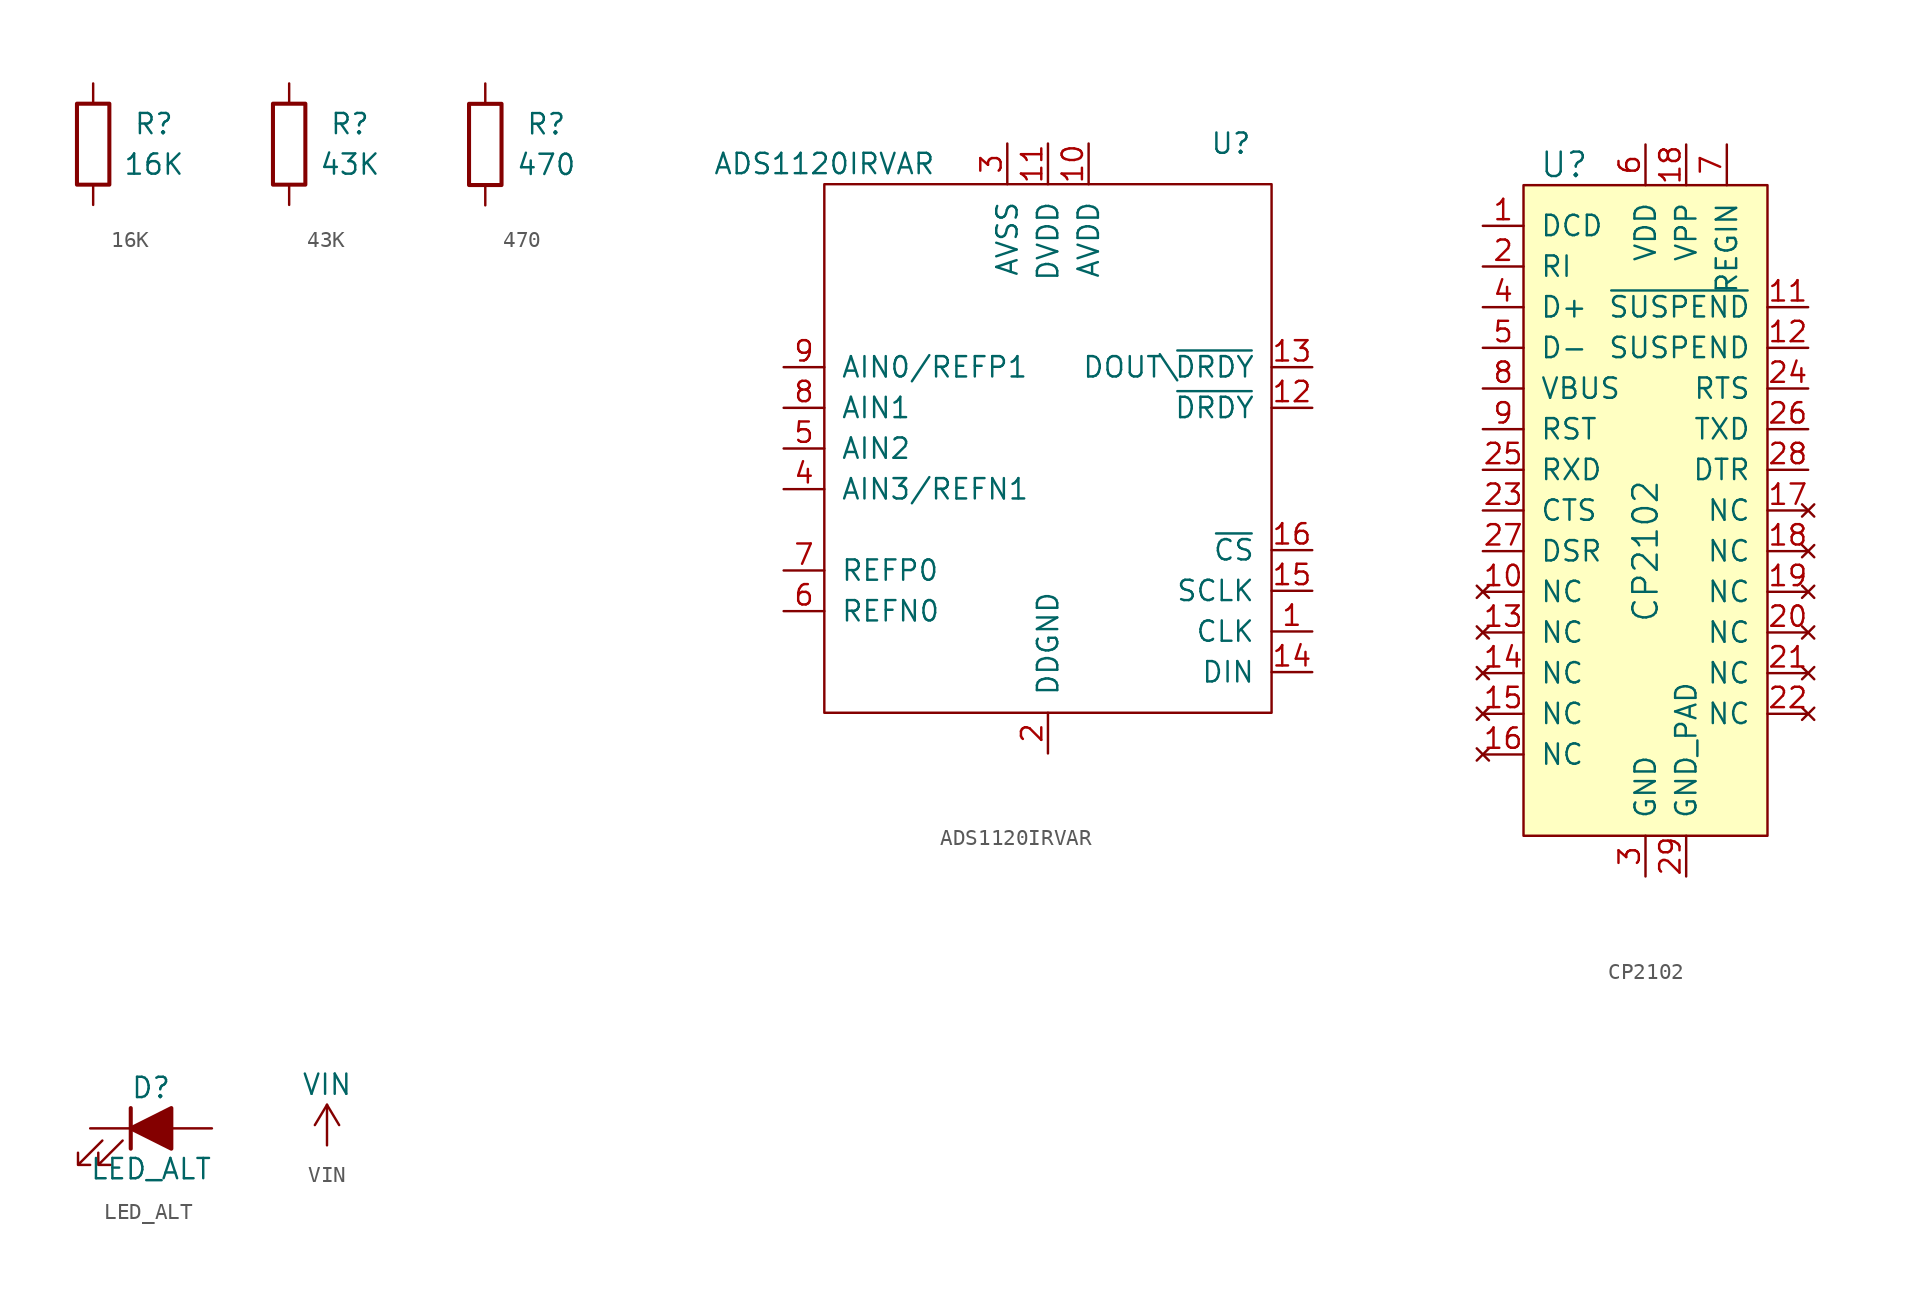
<source format=kicad_sym>
(kicad_symbol_lib
  (version 20220914)
  (generator kicad_symbol_editor)
  (symbol "16K"
    (pin_numbers hide)
    (pin_names
      (offset 0))
    (property "Reference" "R"
      (at 3.81 1.27 0)
      (effects (font (size 1.27 1.27))))
    (property "Value" "16K"
      (at 3.81 -1.27 0)
      (effects (font (size 1.27 1.27))))
    (symbol "16K_0_1"
      (rectangle (start -1.016 -2.54) (end 1.016 2.54) (stroke (width 0.254) (type solid)) (fill (type none))))
    (symbol "16K_1_1"
      (pin passive line (at 0 3.81 270) (length 1.27) (name "~" (effects (font (size 1.27 1.27)))) (number "1" (effects (font (size 1.27 1.27)))))
      (pin passive line (at 0 -3.81 90) (length 1.27) (name "~" (effects (font (size 1.27 1.27)))) (number "2" (effects (font (size 1.27 1.27)))))))
  (symbol "43K"
    (pin_numbers hide)
    (pin_names
      (offset 0))
    (property "Reference" "R"
      (at 3.81 1.27 0)
      (effects (font (size 1.27 1.27))))
    (property "Value" "43K"
      (at 3.81 -1.27 0)
      (effects (font (size 1.27 1.27))))
    (symbol "43K_0_1"
      (rectangle (start -1.016 -2.54) (end 1.016 2.54) (stroke (width 0.254) (type solid)) (fill (type none))))
    (symbol "43K_1_1"
      (pin passive line (at 0 3.81 270) (length 1.27) (name "~" (effects (font (size 1.27 1.27)))) (number "1" (effects (font (size 1.27 1.27)))))
      (pin passive line (at 0 -3.81 90) (length 1.27) (name "~" (effects (font (size 1.27 1.27)))) (number "2" (effects (font (size 1.27 1.27)))))))
  (symbol "470"
    (pin_numbers hide)
    (pin_names
      (offset 0))
    (property "Reference" "R"
      (at 3.81 1.27 0)
      (effects (font (size 1.27 1.27))))
    (property "Value" "470"
      (at 3.81 -1.27 0)
      (effects (font (size 1.27 1.27))))
    (symbol "470_0_1"
      (rectangle (start -1.016 -2.54) (end 1.016 2.54) (stroke (width 0.254) (type solid)) (fill (type none))))
    (symbol "470_1_1"
      (pin passive line (at 0 3.81 270) (length 1.27) (name "~" (effects (font (size 1.27 1.27)))) (number "1" (effects (font (size 1.27 1.27)))))
      (pin passive line (at 0 -3.81 90) (length 1.27) (name "~" (effects (font (size 1.27 1.27)))) (number "2" (effects (font (size 1.27 1.27)))))))
  (symbol "ADS1120IRVAR"
    (pin_names
      (offset 1.016))
    (property "Reference" "U"
      (at 11.43 22.86 0)
      (effects (font (size 1.27 1.27))))
    (property "Value" "ADS1120IRVAR"
      (at -13.97 21.59 0)
      (effects (font (size 1.27 1.27))))
    (symbol "ADS1120IRVAR_0_1"
      (rectangle (start -13.97 20.32) (end 13.97 -12.7) (stroke (width 0) (type solid)) (fill (type none))))
    (symbol "ADS1120IRVAR_1_1"
      (pin passive line (at 16.51 -7.62 180) (length 2.54) (name "CLK" (effects (font (size 1.27 1.27)))) (number "1" (effects (font (size 1.27 1.27)))))
      (pin passive line (at 2.54 22.86 270) (length 2.54) (name "AVDD" (effects (font (size 1.27 1.27)))) (number "10" (effects (font (size 1.27 1.27)))))
      (pin input line (at 0 22.86 270) (length 2.54) (name "DVDD" (effects (font (size 1.27 1.27)))) (number "11" (effects (font (size 1.27 1.27)))))
      (pin output line (at 16.51 6.35 180) (length 2.54) (name "~{DRDY}" (effects (font (size 1.27 1.27)))) (number "12" (effects (font (size 1.27 1.27)))))
      (pin output line (at 16.51 8.89 180) (length 2.54) (name "DOUT\\~{DRDY}" (effects (font (size 1.27 1.27)))) (number "13" (effects (font (size 1.27 1.27)))))
      (pin input line (at 16.51 -10.16 180) (length 2.54) (name "DIN" (effects (font (size 1.27 1.27)))) (number "14" (effects (font (size 1.27 1.27)))))
      (pin input line (at 16.51 -5.08 180) (length 2.54) (name "SCLK" (effects (font (size 1.27 1.27)))) (number "15" (effects (font (size 1.27 1.27)))))
      (pin input line (at 16.51 -2.54 180) (length 2.54) (name "~{CS}" (effects (font (size 1.27 1.27)))) (number "16" (effects (font (size 1.27 1.27)))))
      (pin passive line (at 0 -15.24 90) (length 2.54) (name "DDGND" (effects (font (size 1.27 1.27)))) (number "2" (effects (font (size 1.27 1.27)))))
      (pin passive line (at -2.54 22.86 270) (length 2.54) (name "AVSS" (effects (font (size 1.27 1.27)))) (number "3" (effects (font (size 1.27 1.27)))))
      (pin input line (at -16.51 1.27 0) (length 2.54) (name "AIN3/REFN1" (effects (font (size 1.27 1.27)))) (number "4" (effects (font (size 1.27 1.27)))))
      (pin input line (at -16.51 3.81 0) (length 2.54) (name "AIN2" (effects (font (size 1.27 1.27)))) (number "5" (effects (font (size 1.27 1.27)))))
      (pin passive line (at -16.51 -6.35 0) (length 2.54) (name "REFN0" (effects (font (size 1.27 1.27)))) (number "6" (effects (font (size 1.27 1.27)))))
      (pin passive line (at -16.51 -3.81 0) (length 2.54) (name "REFP0" (effects (font (size 1.27 1.27)))) (number "7" (effects (font (size 1.27 1.27)))))
      (pin input line (at -16.51 6.35 0) (length 2.54) (name "AIN1" (effects (font (size 1.27 1.27)))) (number "8" (effects (font (size 1.27 1.27)))))
      (pin input line (at -16.51 8.89 0) (length 2.54) (name "AIN0/REFP1" (effects (font (size 1.27 1.27)))) (number "9" (effects (font (size 1.27 1.27)))))))
  (symbol "CP2102"
    (pin_names
      (offset 1.016))
    (property "Reference" "U"
      (at -2.54 19.05 0)
      (effects (font (size 1.524 1.524))))
    (property "Value" "CP2102"
      (at 2.54 -5.08 90)
      (effects (font (size 1.524 1.524))))
    (symbol "CP2102_0_1"
      (rectangle (start -5.08 17.78) (end 10.16 -22.86) (stroke (width 0) (type solid)) (fill (type background))))
    (symbol "CP2102_1_1"
      (pin input line (at -7.62 15.24 0) (length 2.54) (name "DCD" (effects (font (size 1.27 1.27)))) (number "1" (effects (font (size 1.27 1.27)))))
      (pin no_connect line (at -7.62 -7.62 0) (length 2.54) (name "NC" (effects (font (size 1.27 1.27)))) (number "10" (effects (font (size 1.27 1.27)))))
      (pin output line (at 12.7 10.16 180) (length 2.54) (name "~{SUSPEND}" (effects (font (size 1.27 1.27)))) (number "11" (effects (font (size 1.27 1.27)))))
      (pin output line (at 12.7 7.62 180) (length 2.54) (name "SUSPEND" (effects (font (size 1.27 1.27)))) (number "12" (effects (font (size 1.27 1.27)))))
      (pin no_connect line (at -7.62 -10.16 0) (length 2.54) (name "NC" (effects (font (size 1.27 1.27)))) (number "13" (effects (font (size 1.27 1.27)))))
      (pin no_connect line (at -7.62 -12.7 0) (length 2.54) (name "NC" (effects (font (size 1.27 1.27)))) (number "14" (effects (font (size 1.27 1.27)))))
      (pin no_connect line (at -7.62 -15.24 0) (length 2.54) (name "NC" (effects (font (size 1.27 1.27)))) (number "15" (effects (font (size 1.27 1.27)))))
      (pin no_connect line (at -7.62 -17.78 0) (length 2.54) (name "NC" (effects (font (size 1.27 1.27)))) (number "16" (effects (font (size 1.27 1.27)))))
      (pin no_connect line (at 12.7 -2.54 180) (length 2.54) (name "NC" (effects (font (size 1.27 1.27)))) (number "17" (effects (font (size 1.27 1.27)))))
      (pin no_connect line (at 12.7 -5.08 180) (length 2.54) (name "NC" (effects (font (size 1.27 1.27)))) (number "18" (effects (font (size 1.27 1.27)))))
      (pin power_in line (at 5.08 20.32 270) (length 2.54) (name "VPP" (effects (font (size 1.27 1.27)))) (number "18" (effects (font (size 1.27 1.27)))))
      (pin no_connect line (at 12.7 -7.62 180) (length 2.54) (name "NC" (effects (font (size 1.27 1.27)))) (number "19" (effects (font (size 1.27 1.27)))))
      (pin input line (at -7.62 12.7 0) (length 2.54) (name "RI" (effects (font (size 1.27 1.27)))) (number "2" (effects (font (size 1.27 1.27)))))
      (pin no_connect line (at 12.7 -10.16 180) (length 2.54) (name "NC" (effects (font (size 1.27 1.27)))) (number "20" (effects (font (size 1.27 1.27)))))
      (pin no_connect line (at 12.7 -12.7 180) (length 2.54) (name "NC" (effects (font (size 1.27 1.27)))) (number "21" (effects (font (size 1.27 1.27)))))
      (pin no_connect line (at 12.7 -15.24 180) (length 2.54) (name "NC" (effects (font (size 1.27 1.27)))) (number "22" (effects (font (size 1.27 1.27)))))
      (pin input line (at -7.62 -2.54 0) (length 2.54) (name "CTS" (effects (font (size 1.27 1.27)))) (number "23" (effects (font (size 1.27 1.27)))))
      (pin output line (at 12.7 5.08 180) (length 2.54) (name "RTS" (effects (font (size 1.27 1.27)))) (number "24" (effects (font (size 1.27 1.27)))))
      (pin input line (at -7.62 0 0) (length 2.54) (name "RXD" (effects (font (size 1.27 1.27)))) (number "25" (effects (font (size 1.27 1.27)))))
      (pin output line (at 12.7 2.54 180) (length 2.54) (name "TXD" (effects (font (size 1.27 1.27)))) (number "26" (effects (font (size 1.27 1.27)))))
      (pin input line (at -7.62 -5.08 0) (length 2.54) (name "DSR" (effects (font (size 1.27 1.27)))) (number "27" (effects (font (size 1.27 1.27)))))
      (pin output line (at 12.7 0 180) (length 2.54) (name "DTR" (effects (font (size 1.27 1.27)))) (number "28" (effects (font (size 1.27 1.27)))))
      (pin power_in line (at 5.08 -25.4 90) (length 2.54) (name "GND_PAD" (effects (font (size 1.27 1.27)))) (number "29" (effects (font (size 1.27 1.27)))))
      (pin power_in line (at 2.54 -25.4 90) (length 2.54) (name "GND" (effects (font (size 1.27 1.27)))) (number "3" (effects (font (size 1.27 1.27)))))
      (pin bidirectional line (at -7.62 10.16 0) (length 2.54) (name "D+" (effects (font (size 1.27 1.27)))) (number "4" (effects (font (size 1.27 1.27)))))
      (pin bidirectional line (at -7.62 7.62 0) (length 2.54) (name "D-" (effects (font (size 1.27 1.27)))) (number "5" (effects (font (size 1.27 1.27)))))
      (pin passive line (at 2.54 20.32 270) (length 2.54) (name "VDD" (effects (font (size 1.27 1.27)))) (number "6" (effects (font (size 1.27 1.27)))))
      (pin power_in line (at 7.62 20.32 270) (length 2.54) (name "REGIN" (effects (font (size 1.27 1.27)))) (number "7" (effects (font (size 1.27 1.27)))))
      (pin input line (at -7.62 5.08 0) (length 2.54) (name "VBUS" (effects (font (size 1.27 1.27)))) (number "8" (effects (font (size 1.27 1.27)))))
      (pin bidirectional line (at -7.62 2.54 0) (length 2.54) (name "RST" (effects (font (size 1.27 1.27)))) (number "9" (effects (font (size 1.27 1.27)))))))
  (symbol "LED_ALT"
    (pin_numbers hide)
    (pin_names
      (offset 1.016) hide)
    (property "Reference" "D"
      (at 0 2.54 0)
      (effects (font (size 1.27 1.27))))
    (property "Value" "LED_ALT"
      (at 0 -2.54 0)
      (effects (font (size 1.27 1.27))))
    (symbol "LED_ALT_0_1"
      (polyline (pts (xy -1.27 -1.27) (xy -1.27 1.27)) (stroke (width 0.254) (type solid)) (fill (type none)))
      (polyline (pts (xy -1.27 0) (xy 1.27 0)) (stroke (width 0) (type solid)) (fill (type none)))
      (polyline (pts (xy 1.27 -1.27) (xy 1.27 1.27) (xy -1.27 0) (xy 1.27 -1.27)) (stroke (width 0.254) (type solid)) (fill (type outline)))
      (polyline (pts (xy -3.048 -0.762) (xy -4.572 -2.286) (xy -3.81 -2.286) (xy -4.572 -2.286) (xy -4.572 -1.524)) (stroke (width 0) (type solid)) (fill (type none)))
      (polyline (pts (xy -1.778 -0.762) (xy -3.302 -2.286) (xy -2.54 -2.286) (xy -3.302 -2.286) (xy -3.302 -1.524)) (stroke (width 0) (type solid)) (fill (type none))))
    (symbol "LED_ALT_1_1"
      (pin passive line (at -3.81 0 0) (length 2.54) (name "K" (effects (font (size 1.27 1.27)))) (number "1" (effects (font (size 1.27 1.27)))))
      (pin passive line (at 3.81 0 180) (length 2.54) (name "A" (effects (font (size 1.27 1.27)))) (number "2" (effects (font (size 1.27 1.27)))))))
  (symbol "VIN"
    (power)
    (pin_names
      (offset 0))
    (property "Reference" "#PWR"
      (at 6.35 3.81 0)
      (effects (font (size 1.27 1.27)) hide))
    (property "Value" "VIN"
      (at 0 3.81 0)
      (effects (font (size 1.27 1.27))))
    (symbol "VIN_0_1"
      (polyline (pts (xy -0.762 1.27) (xy 0 2.54)) (stroke (width 0) (type solid)) (fill (type none)))
      (polyline (pts (xy 0 0) (xy 0 2.54)) (stroke (width 0) (type solid)) (fill (type none)))
      (polyline (pts (xy 0 2.54) (xy 0.762 1.27)) (stroke (width 0) (type solid)) (fill (type none))))
    (symbol "VIN_1_1"
      (pin power_in line (at 0 0 90) (length 0) hide (name "VIN" (effects (font (size 1.27 1.27)))) (number "1" (effects (font (size 1.27 1.27))))))))
</source>
